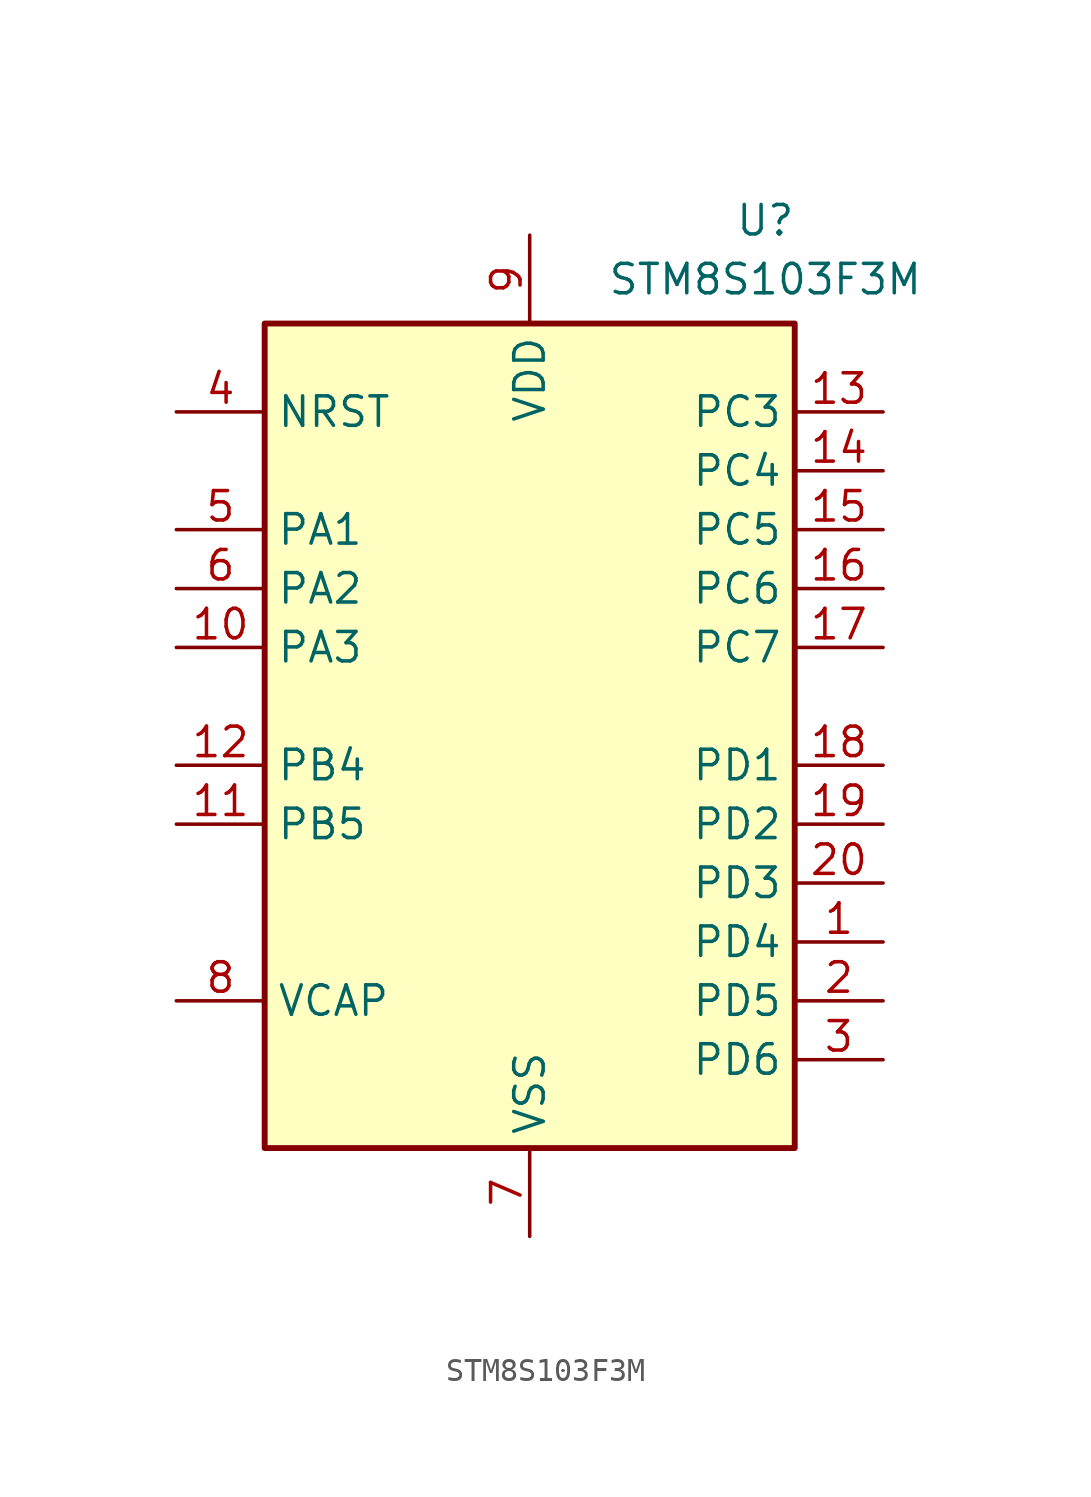
<source format=kicad_sym>
(kicad_symbol_lib
  (version 20210619)
  (generator kicad_symbol_editor)
  (symbol "KLIB_MCU_ST_STM8S:STM8S103F3M"
    (property "Reference" "U"
      (at 10.16 20.955 0)
      (effects (font (size 1.27 1.27))))
    (property "Value" "STM8S103F3M"
      (at 10.16 18.415 0)
      (effects (font (size 1.27 1.27))))
    (symbol "STM8S103F3M_0_1"
      (rectangle (start -11.43 16.51) (end 11.43 -19.05) (stroke (width 0.254)) (fill (type background))))
    (symbol "STM8S103F3M_1_1"
      (pin bidirectional line (at 15.24 -10.16 180) (length 3.81) (name "PD4" (effects (font (size 1.27 1.27)))) (number "1" (effects (font (size 1.27 1.27)))))
      (pin bidirectional line (at -15.24 2.54 0) (length 3.81) (name "PA3" (effects (font (size 1.27 1.27)))) (number "10" (effects (font (size 1.27 1.27)))))
      (pin bidirectional line (at -15.24 -5.08 0) (length 3.81) (name "PB5" (effects (font (size 1.27 1.27)))) (number "11" (effects (font (size 1.27 1.27)))))
      (pin bidirectional line (at -15.24 -2.54 0) (length 3.81) (name "PB4" (effects (font (size 1.27 1.27)))) (number "12" (effects (font (size 1.27 1.27)))))
      (pin bidirectional line (at 15.24 12.7 180) (length 3.81) (name "PC3" (effects (font (size 1.27 1.27)))) (number "13" (effects (font (size 1.27 1.27)))))
      (pin bidirectional line (at 15.24 10.16 180) (length 3.81) (name "PC4" (effects (font (size 1.27 1.27)))) (number "14" (effects (font (size 1.27 1.27)))))
      (pin bidirectional line (at 15.24 7.62 180) (length 3.81) (name "PC5" (effects (font (size 1.27 1.27)))) (number "15" (effects (font (size 1.27 1.27)))))
      (pin bidirectional line (at 15.24 5.08 180) (length 3.81) (name "PC6" (effects (font (size 1.27 1.27)))) (number "16" (effects (font (size 1.27 1.27)))))
      (pin bidirectional line (at 15.24 2.54 180) (length 3.81) (name "PC7" (effects (font (size 1.27 1.27)))) (number "17" (effects (font (size 1.27 1.27)))))
      (pin bidirectional line (at 15.24 -2.54 180) (length 3.81) (name "PD1" (effects (font (size 1.27 1.27)))) (number "18" (effects (font (size 1.27 1.27)))))
      (pin bidirectional line (at 15.24 -5.08 180) (length 3.81) (name "PD2" (effects (font (size 1.27 1.27)))) (number "19" (effects (font (size 1.27 1.27)))))
      (pin bidirectional line (at 15.24 -12.7 180) (length 3.81) (name "PD5" (effects (font (size 1.27 1.27)))) (number "2" (effects (font (size 1.27 1.27)))))
      (pin bidirectional line (at 15.24 -7.62 180) (length 3.81) (name "PD3" (effects (font (size 1.27 1.27)))) (number "20" (effects (font (size 1.27 1.27)))))
      (pin bidirectional line (at 15.24 -15.24 180) (length 3.81) (name "PD6" (effects (font (size 1.27 1.27)))) (number "3" (effects (font (size 1.27 1.27)))))
      (pin input line (at -15.24 12.7 0) (length 3.81) (name "NRST" (effects (font (size 1.27 1.27)))) (number "4" (effects (font (size 1.27 1.27)))))
      (pin bidirectional line (at -15.24 7.62 0) (length 3.81) (name "PA1" (effects (font (size 1.27 1.27)))) (number "5" (effects (font (size 1.27 1.27)))))
      (pin bidirectional line (at -15.24 5.08 0) (length 3.81) (name "PA2" (effects (font (size 1.27 1.27)))) (number "6" (effects (font (size 1.27 1.27)))))
      (pin power_in line (at 0 -22.86 90) (length 3.81) (name "VSS" (effects (font (size 1.27 1.27)))) (number "7" (effects (font (size 1.27 1.27)))))
      (pin passive line (at -15.24 -12.7 0) (length 3.81) (name "VCAP" (effects (font (size 1.27 1.27)))) (number "8" (effects (font (size 1.27 1.27)))))
      (pin power_in line (at 0 20.32 270) (length 3.81) (name "VDD" (effects (font (size 1.27 1.27)))) (number "9" (effects (font (size 1.27 1.27))))))))
</source>
